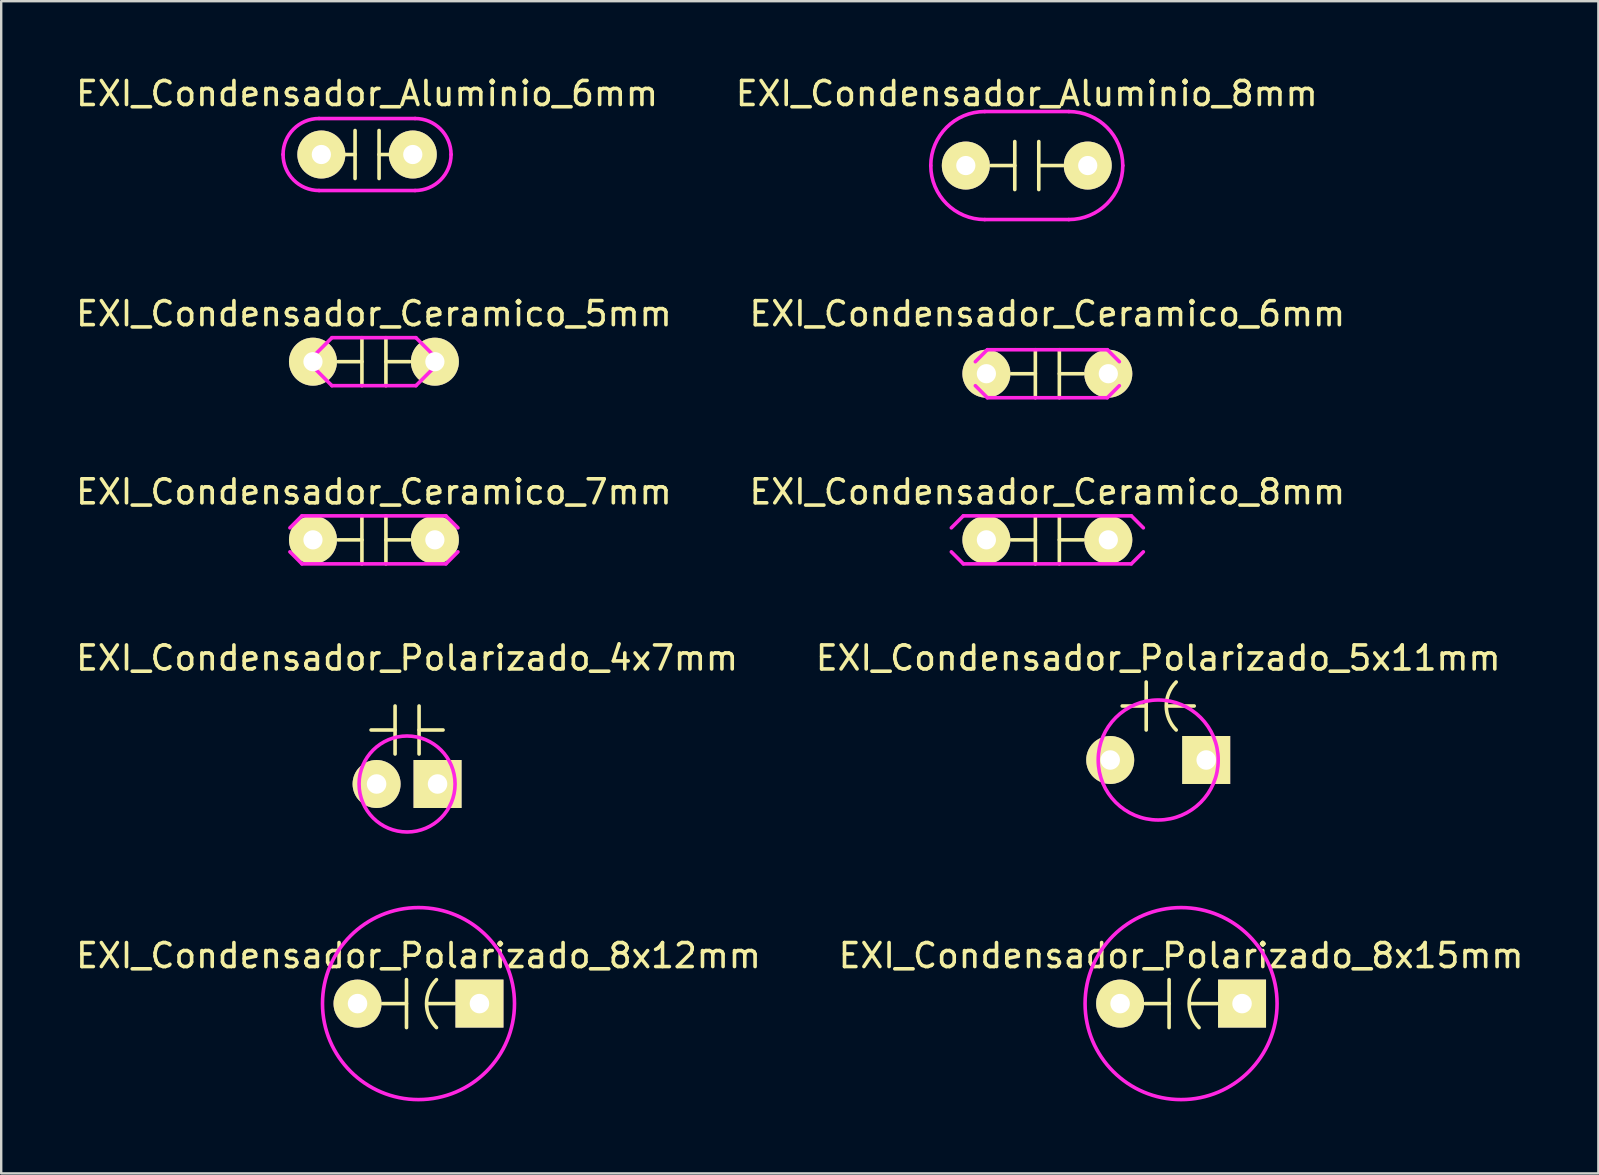
<source format=kicad_pcb>
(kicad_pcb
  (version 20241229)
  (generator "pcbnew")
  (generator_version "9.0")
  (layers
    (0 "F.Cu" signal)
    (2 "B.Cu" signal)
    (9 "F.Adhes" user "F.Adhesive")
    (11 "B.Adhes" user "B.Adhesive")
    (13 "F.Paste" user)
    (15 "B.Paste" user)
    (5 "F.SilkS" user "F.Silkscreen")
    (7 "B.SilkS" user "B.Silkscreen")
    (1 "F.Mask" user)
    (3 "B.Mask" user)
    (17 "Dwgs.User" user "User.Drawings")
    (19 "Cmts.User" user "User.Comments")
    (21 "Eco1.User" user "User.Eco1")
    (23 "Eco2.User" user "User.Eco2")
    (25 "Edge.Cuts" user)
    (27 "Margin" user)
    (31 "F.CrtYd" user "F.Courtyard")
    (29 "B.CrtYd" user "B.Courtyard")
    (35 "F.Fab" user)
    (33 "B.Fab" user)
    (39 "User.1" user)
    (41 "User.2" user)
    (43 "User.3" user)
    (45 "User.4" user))
  (footprint "EXI_Condensador_Ceramico_5mm"
    (layer "F.Cu")
    (at 12.53 12.02)
    (property "Reference" "EXI_Condensador_Ceramico_5mm" (at 0 -1.999 0) (layer "F.SilkS") (effects (font (size 1 1) (thickness 0.15))))
    (attr through_hole)
    (fp_line (start -0.5 -1) (end -0.5 1) (stroke (width 0.15) (type solid)) (layer "F.SilkS"))
    (fp_line (start -0.5 0) (end -1.5 0) (stroke (width 0.15) (type solid)) (layer "F.SilkS"))
    (fp_line (start 0.5 -1) (end 0.5 1) (stroke (width 0.15) (type solid)) (layer "F.SilkS"))
    (fp_line (start 0.5 0) (end 1.5 0) (stroke (width 0.15) (type solid)) (layer "F.SilkS"))
    (fp_line (start -2.5 -0.25) (end -1.75 -1) (stroke (width 0.15) (type solid)) (layer "F.CrtYd"))
    (fp_line (start -1.75 -1) (end 1.75 -1) (stroke (width 0.15) (type solid)) (layer "F.CrtYd"))
    (fp_line (start -1.75 1) (end -2.5 0.25) (stroke (width 0.15) (type solid)) (layer "F.CrtYd"))
    (fp_line (start 1.75 -1) (end 2.5 -0.25) (stroke (width 0.15) (type solid)) (layer "F.CrtYd"))
    (fp_line (start 1.75 1) (end -1.75 1) (stroke (width 0.15) (type solid)) (layer "F.CrtYd"))
    (fp_line (start 2.5 0.25) (end 1.75 1) (stroke (width 0.15) (type solid)) (layer "F.CrtYd"))
    (pad "1" thru_hole circle (at -2.54 0) (size 1.999 1.999) (drill 0.8) (layers "*.Cu" "*.Mask" "F.SilkS"))
    (pad "2" thru_hole circle (at 2.54 0) (size 1.999 1.999) (drill 0.8) (layers "*.Cu" "*.Mask" "F.SilkS")))
  (footprint "EXI_Condensador_Polarizado_8x12mm"
    (layer "F.Cu")
    (at 14.387 38.766)
    (property "Reference" "EXI_Condensador_Polarizado_8x12mm" (at 0 -1.999 0) (layer "F.SilkS") (effects (font (size 1 1) (thickness 0.15))))
    (attr through_hole)
    (fp_line (start -0.5 -1) (end -0.5 1) (stroke (width 0.15) (type solid)) (layer "F.SilkS"))
    (fp_line (start -0.5 0) (end -1.5 0) (stroke (width 0.15) (type solid)) (layer "F.SilkS"))
    (fp_line (start 1.5 0) (end 0.4 0) (stroke (width 0.15) (type solid)) (layer "F.SilkS"))
    (fp_arc (start 0.75 1) (mid 0.335786 0) (end 0.75 -1) (stroke (width 0.15) (type solid)) (layer "F.SilkS"))
    (fp_circle (center 0 0) (end 4 0) (stroke (width 0.15) (type solid)) (fill no) (layer "F.CrtYd"))
    (pad "1" thru_hole circle (at -2.54 0) (size 1.999 1.999) (drill 0.813) (layers "*.Cu" "*.Mask" "F.SilkS"))
    (pad "2" thru_hole rect (at 2.54 0) (size 1.999 1.999) (drill 0.813) (layers "*.Cu" "*.Mask" "F.SilkS")))
  (footprint "EXI_Condensador_Aluminio_8mm"
    (layer "F.Cu")
    (at 39.732 3.848)
    (property "Reference" "EXI_Condensador_Aluminio_8mm" (at 0 -3 0) (layer "F.SilkS") (effects (font (size 1 1) (thickness 0.15))))
    (attr through_hole)
    (fp_line (start -0.5 -1) (end -0.5 1) (stroke (width 0.15) (type solid)) (layer "F.SilkS"))
    (fp_line (start -0.5 0) (end -1.5 0) (stroke (width 0.15) (type solid)) (layer "F.SilkS"))
    (fp_line (start 0.5 -1) (end 0.5 1) (stroke (width 0.15) (type solid)) (layer "F.SilkS"))
    (fp_line (start 0.5 0) (end 1.5 0) (stroke (width 0.15) (type solid)) (layer "F.SilkS"))
    (fp_line (start -1.75 -2.25) (end 1.75 -2.25) (stroke (width 0.15) (type solid)) (layer "F.CrtYd"))
    (fp_line (start -1.75 2.25) (end 1.75 2.25) (stroke (width 0.15) (type solid)) (layer "F.CrtYd"))
    (fp_arc (start -4 0) (mid -3.34099 -1.59099) (end -1.75 -2.25) (stroke (width 0.15) (type solid)) (layer "F.CrtYd"))
    (fp_arc (start -1.75 2.25) (mid -3.34099 1.59099) (end -4 0) (stroke (width 0.15) (type solid)) (layer "F.CrtYd"))
    (fp_arc (start 1.75 -2.25) (mid 3.34099 -1.59099) (end 4 0) (stroke (width 0.15) (type solid)) (layer "F.CrtYd"))
    (fp_arc (start 4 0) (mid 3.34099 1.59099) (end 1.75 2.25) (stroke (width 0.15) (type solid)) (layer "F.CrtYd"))
    (pad "1" thru_hole circle (at -2.54 0) (size 1.999 1.999) (drill 0.8) (layers "*.Cu" "*.Mask" "F.SilkS"))
    (pad "2" thru_hole circle (at 2.54 0) (size 1.999 1.999) (drill 0.8) (layers "*.Cu" "*.Mask" "F.SilkS")))
  (footprint "EXI_Condensador_Polarizado_4x7mm"
    (layer "F.Cu")
    (at 13.911 29.616)
    (property "Reference" "EXI_Condensador_Polarizado_4x7mm" (at 0 -5.25 0) (layer "F.SilkS") (effects (font (size 1 1) (thickness 0.15))))
    (attr through_hole)
    (fp_line (start -0.5 -3.25) (end -0.5 -1.25) (stroke (width 0.15) (type solid)) (layer "F.SilkS"))
    (fp_line (start -0.5 -2.25) (end -1.5 -2.25) (stroke (width 0.15) (type solid)) (layer "F.SilkS"))
    (fp_line (start 0.5 -3.25) (end 0.5 -1.25) (stroke (width 0.15) (type solid)) (layer "F.SilkS"))
    (fp_line (start 0.5 -2.25) (end 1.5 -2.25) (stroke (width 0.15) (type solid)) (layer "F.SilkS"))
    (fp_circle (center 0 0) (end 2 0) (stroke (width 0.15) (type solid)) (fill no) (layer "F.CrtYd"))
    (pad "1" thru_hole circle (at -1.27 0) (size 1.999 1.999) (drill 0.813) (layers "*.Cu" "*.Mask" "F.SilkS"))
    (pad "2" thru_hole rect (at 1.27 0) (size 1.999 1.999) (drill 0.813) (layers "*.Cu" "*.Mask" "F.SilkS")))
  (footprint "EXI_Condensador_Ceramico_8mm"
    (layer "F.Cu")
    (at 40.589 19.443)
    (property "Reference" "EXI_Condensador_Ceramico_8mm" (at 0 -1.999 0) (layer "F.SilkS") (effects (font (size 1 1) (thickness 0.15))))
    (attr through_hole)
    (fp_line (start -0.5 -1) (end -0.5 1) (stroke (width 0.15) (type solid)) (layer "F.SilkS"))
    (fp_line (start -0.5 0) (end -1.5 0) (stroke (width 0.15) (type solid)) (layer "F.SilkS"))
    (fp_line (start 0.5 0) (end 1.5 0) (stroke (width 0.15) (type solid)) (layer "F.SilkS"))
    (fp_line (start 0.5 1) (end 0.5 -1) (stroke (width 0.15) (type solid)) (layer "F.SilkS"))
    (fp_line (start -4 0.5) (end -3.5 1) (stroke (width 0.15) (type solid)) (layer "F.CrtYd"))
    (fp_line (start -3.5 -1) (end -4 -0.5) (stroke (width 0.15) (type solid)) (layer "F.CrtYd"))
    (fp_line (start -3.5 1) (end 3.5 1) (stroke (width 0.15) (type solid)) (layer "F.CrtYd"))
    (fp_line (start 3.5 -1) (end -3.5 -1) (stroke (width 0.15) (type solid)) (layer "F.CrtYd"))
    (fp_line (start 3.5 1) (end 4 0.5) (stroke (width 0.15) (type solid)) (layer "F.CrtYd"))
    (fp_line (start 4 -0.5) (end 3.5 -1) (stroke (width 0.15) (type solid)) (layer "F.CrtYd"))
    (pad "1" thru_hole circle (at -2.54 0) (size 1.999 1.999) (drill 0.8) (layers "*.Cu" "*.Mask" "F.SilkS"))
    (pad "2" thru_hole circle (at 2.54 0) (size 1.999 1.999) (drill 0.8) (layers "*.Cu" "*.Mask" "F.SilkS")))
  (footprint "EXI_Condensador_Polarizado_5x11mm"
    (layer "F.Cu")
    (at 45.208 28.616)
    (property "Reference" "EXI_Condensador_Polarizado_5x11mm" (at 0 -4.25 0) (layer "F.SilkS") (effects (font (size 1 1) (thickness 0.15))))
    (attr through_hole)
    (fp_line (start -0.5 -2.25) (end -1.5 -2.25) (stroke (width 0.15) (type solid)) (layer "F.SilkS"))
    (fp_line (start -0.5 -1.25) (end -0.5 -3.25) (stroke (width 0.15) (type solid)) (layer "F.SilkS"))
    (fp_line (start 1.5 -2.25) (end 0.4 -2.25) (stroke (width 0.15) (type solid)) (layer "F.SilkS"))
    (fp_arc (start 0.75 -1.25) (mid 0.335786 -2.25) (end 0.75 -3.25) (stroke (width 0.15) (type solid)) (layer "F.SilkS"))
    (fp_circle (center 0 0) (end 2.5 0) (stroke (width 0.15) (type solid)) (fill no) (layer "F.CrtYd"))
    (pad "1" thru_hole circle (at -2 0) (size 1.999 1.999) (drill 0.813) (layers "*.Cu" "*.Mask" "F.SilkS"))
    (pad "2" thru_hole rect (at 2 0) (size 1.999 1.999) (drill 0.813) (layers "*.Cu" "*.Mask" "F.SilkS")))
  (footprint "EXI_Condensador_Aluminio_6mm"
    (layer "F.Cu")
    (at 12.244 3.388)
    (property "Reference" "EXI_Condensador_Aluminio_6mm" (at 0 -2.54 0) (layer "F.SilkS") (effects (font (size 1 1) (thickness 0.15))))
    (attr through_hole)
    (fp_line (start -0.5 -1) (end -0.5 1) (stroke (width 0.15) (type solid)) (layer "F.SilkS"))
    (fp_line (start -0.5 0) (end -1.5 0) (stroke (width 0.15) (type solid)) (layer "F.SilkS"))
    (fp_line (start 0.5 -1) (end 0.5 1) (stroke (width 0.15) (type solid)) (layer "F.SilkS"))
    (fp_line (start 0.5 0) (end 1.5 0) (stroke (width 0.15) (type solid)) (layer "F.SilkS"))
    (fp_line (start -2 -1.5) (end 2 -1.5) (stroke (width 0.15) (type solid)) (layer "F.CrtYd"))
    (fp_line (start -2 1.5) (end 2 1.5) (stroke (width 0.15) (type solid)) (layer "F.CrtYd"))
    (fp_arc (start -3.5 0) (mid -3.06066 -1.06066) (end -2 -1.5) (stroke (width 0.15) (type solid)) (layer "F.CrtYd"))
    (fp_arc (start -2 1.5) (mid -3.06066 1.06066) (end -3.5 0) (stroke (width 0.15) (type solid)) (layer "F.CrtYd"))
    (fp_arc (start 2 -1.5) (mid 3.06066 -1.06066) (end 3.5 0) (stroke (width 0.15) (type solid)) (layer "F.CrtYd"))
    (fp_arc (start 3.5 0) (mid 3.06066 1.06066) (end 2 1.5) (stroke (width 0.15) (type solid)) (layer "F.CrtYd"))
    (pad "1" thru_hole circle (at -1.905 0) (size 1.999 1.999) (drill 0.8) (layers "*.Cu" "*.Mask" "F.SilkS"))
    (pad "2" thru_hole circle (at 1.905 0) (size 1.999 1.999) (drill 0.8) (layers "*.Cu" "*.Mask" "F.SilkS")))
  (footprint "EXI_Condensador_Ceramico_7mm"
    (layer "F.Cu")
    (at 12.53 19.443)
    (property "Reference" "EXI_Condensador_Ceramico_7mm" (at 0 -1.999 0) (layer "F.SilkS") (effects (font (size 1 1) (thickness 0.15))))
    (attr through_hole)
    (fp_line (start -0.5 -1) (end -0.5 1) (stroke (width 0.15) (type solid)) (layer "F.SilkS"))
    (fp_line (start -0.5 0) (end -1.5 0) (stroke (width 0.15) (type solid)) (layer "F.SilkS"))
    (fp_line (start 0.5 -1) (end 0.5 1) (stroke (width 0.15) (type solid)) (layer "F.SilkS"))
    (fp_line (start 0.5 0) (end 1.5 0) (stroke (width 0.15) (type solid)) (layer "F.SilkS"))
    (fp_line (start -3.5 -0.5) (end -3 -1) (stroke (width 0.15) (type solid)) (layer "F.CrtYd"))
    (fp_line (start -3.5 0.5) (end -3 1) (stroke (width 0.15) (type solid)) (layer "F.CrtYd"))
    (fp_line (start -3 -1) (end 3 -1) (stroke (width 0.15) (type solid)) (layer "F.CrtYd"))
    (fp_line (start -3 1) (end 3 1) (stroke (width 0.15) (type solid)) (layer "F.CrtYd"))
    (fp_line (start 3 -1) (end 3.5 -0.5) (stroke (width 0.15) (type solid)) (layer "F.CrtYd"))
    (fp_line (start 3 1) (end 3.5 0.5) (stroke (width 0.15) (type solid)) (layer "F.CrtYd"))
    (pad "1" thru_hole circle (at -2.54 0) (size 1.999 1.999) (drill 0.8) (layers "*.Cu" "*.Mask" "F.SilkS"))
    (pad "2" thru_hole circle (at 2.54 0) (size 1.999 1.999) (drill 0.8) (layers "*.Cu" "*.Mask" "F.SilkS")))
  (footprint "EXI_Condensador_Ceramico_6mm"
    (layer "F.Cu")
    (at 40.589 12.521)
    (property "Reference" "EXI_Condensador_Ceramico_6mm" (at 0 -2.499 0) (layer "F.SilkS") (effects (font (size 1 1) (thickness 0.15))))
    (attr through_hole)
    (fp_line (start -0.5 -1) (end -0.5 1) (stroke (width 0.15) (type solid)) (layer "F.SilkS"))
    (fp_line (start -0.5 0) (end -1.5 0) (stroke (width 0.15) (type solid)) (layer "F.SilkS"))
    (fp_line (start 0.5 -1) (end 0.5 1) (stroke (width 0.15) (type solid)) (layer "F.SilkS"))
    (fp_line (start 0.5 0) (end 1.5 0) (stroke (width 0.15) (type solid)) (layer "F.SilkS"))
    (fp_line (start -3 -0.5) (end -2.5 -1) (stroke (width 0.15) (type solid)) (layer "F.CrtYd"))
    (fp_line (start -3 0.5) (end -2.5 1) (stroke (width 0.15) (type solid)) (layer "F.CrtYd"))
    (fp_line (start -2.5 -1) (end 2.5 -1) (stroke (width 0.15) (type solid)) (layer "F.CrtYd"))
    (fp_line (start -2.5 1) (end 2.5 1) (stroke (width 0.15) (type solid)) (layer "F.CrtYd"))
    (fp_line (start 2.5 -1) (end 3 -0.5) (stroke (width 0.15) (type solid)) (layer "F.CrtYd"))
    (fp_line (start 2.5 1) (end 3 0.5) (stroke (width 0.15) (type solid)) (layer "F.CrtYd"))
    (pad "1" thru_hole circle (at -2.54 0) (size 1.999 1.999) (drill 0.8) (layers "*.Cu" "*.Mask" "F.SilkS"))
    (pad "2" thru_hole circle (at 2.54 0) (size 1.999 1.999) (drill 0.8) (layers "*.Cu" "*.Mask" "F.SilkS")))
  (footprint "EXI_Condensador_Polarizado_8x15mm"
    (layer "F.Cu")
    (at 46.161 38.766)
    (property "Reference" "EXI_Condensador_Polarizado_8x15mm" (at 0 -1.999 0) (layer "F.SilkS") (effects (font (size 1 1) (thickness 0.15))))
    (attr through_hole)
    (fp_line (start -0.5 -1) (end -0.5 1) (stroke (width 0.15) (type solid)) (layer "F.SilkS"))
    (fp_line (start -0.5 0) (end -1.5 0) (stroke (width 0.15) (type solid)) (layer "F.SilkS"))
    (fp_line (start 1.5 0) (end 0.4 0) (stroke (width 0.15) (type solid)) (layer "F.SilkS"))
    (fp_arc (start 0.75 1) (mid 0.335786 0) (end 0.75 -1) (stroke (width 0.15) (type solid)) (layer "F.SilkS"))
    (fp_circle (center 0 0) (end 4 0) (stroke (width 0.15) (type solid)) (fill no) (layer "F.CrtYd"))
    (pad "1" thru_hole circle (at -2.54 0) (size 1.999 1.999) (drill 0.813) (layers "*.Cu" "*.Mask" "F.SilkS"))
    (pad "2" thru_hole rect (at 2.54 0) (size 1.999 1.999) (drill 0.813) (layers "*.Cu" "*.Mask" "F.SilkS")))
  (gr_rect
    (start -3 -3)
    (end 63.548 45.841)
    (stroke (width 0.1) (type default))
    (fill no)
    (layer "Edge.Cuts")))
</source>
